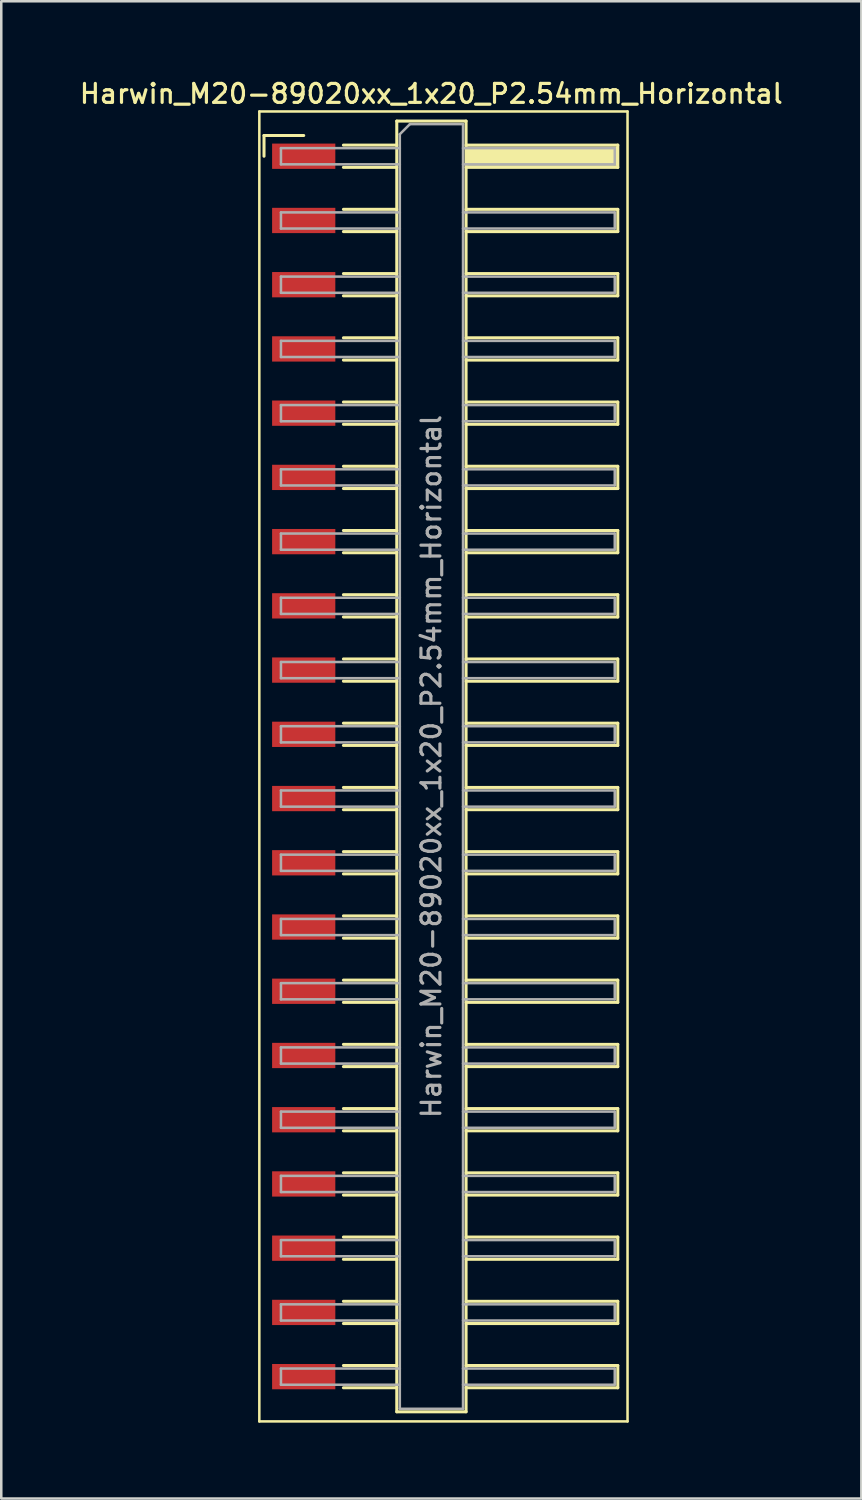
<source format=kicad_pcb>
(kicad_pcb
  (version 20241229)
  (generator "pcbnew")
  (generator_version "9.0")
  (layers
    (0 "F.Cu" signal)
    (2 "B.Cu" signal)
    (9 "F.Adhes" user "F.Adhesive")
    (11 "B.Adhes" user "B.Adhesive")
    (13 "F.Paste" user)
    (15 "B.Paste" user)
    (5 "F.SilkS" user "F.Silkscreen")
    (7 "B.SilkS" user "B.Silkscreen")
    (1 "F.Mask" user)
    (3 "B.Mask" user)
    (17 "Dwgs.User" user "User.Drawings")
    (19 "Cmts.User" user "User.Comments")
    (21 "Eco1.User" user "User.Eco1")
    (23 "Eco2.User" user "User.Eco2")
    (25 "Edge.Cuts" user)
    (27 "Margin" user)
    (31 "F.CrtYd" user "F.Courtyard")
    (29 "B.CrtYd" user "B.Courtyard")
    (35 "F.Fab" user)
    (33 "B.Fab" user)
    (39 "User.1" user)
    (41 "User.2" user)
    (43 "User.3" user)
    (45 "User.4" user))
  (footprint "Harwin_M20-89020xx_1x20_P2.54mm_Horizontal"
    (layer "F.Cu")
    (at 14.485 27.258)
    (property "Reference" "Harwin_M20-89020xx_1x20_P2.54mm_Horizontal" (at -0.48 -26.6 0) (layer "F.SilkS") (effects (font (size 0.75 0.75) (thickness 0.125))))
    (attr smd)
    (fp_line (start -7.28 -25.9) (end 7.28 -25.9) (stroke (width 0.1) (type solid)) (layer "F.SilkS"))
    (fp_line (start -7.28 25.9) (end -7.28 -25.9) (stroke (width 0.1) (type solid)) (layer "F.SilkS"))
    (fp_line (start -7.095 -24.95) (end -5.525 -24.95) (stroke (width 0.12) (type solid)) (layer "F.SilkS"))
    (fp_line (start -7.095 -24.13) (end -7.095 -24.95) (stroke (width 0.12) (type solid)) (layer "F.SilkS"))
    (fp_line (start -3.955 -24.57) (end -1.845 -24.57) (stroke (width 0.12) (type solid)) (layer "F.SilkS"))
    (fp_line (start -3.955 -23.69) (end -1.845 -23.69) (stroke (width 0.12) (type solid)) (layer "F.SilkS"))
    (fp_line (start -3.955 -22.03) (end -1.845 -22.03) (stroke (width 0.12) (type solid)) (layer "F.SilkS"))
    (fp_line (start -3.955 -21.15) (end -1.845 -21.15) (stroke (width 0.12) (type solid)) (layer "F.SilkS"))
    (fp_line (start -3.955 -19.49) (end -1.845 -19.49) (stroke (width 0.12) (type solid)) (layer "F.SilkS"))
    (fp_line (start -3.955 -18.61) (end -1.845 -18.61) (stroke (width 0.12) (type solid)) (layer "F.SilkS"))
    (fp_line (start -3.955 -16.95) (end -1.845 -16.95) (stroke (width 0.12) (type solid)) (layer "F.SilkS"))
    (fp_line (start -3.955 -16.07) (end -1.845 -16.07) (stroke (width 0.12) (type solid)) (layer "F.SilkS"))
    (fp_line (start -3.955 -14.41) (end -1.845 -14.41) (stroke (width 0.12) (type solid)) (layer "F.SilkS"))
    (fp_line (start -3.955 -13.53) (end -1.845 -13.53) (stroke (width 0.12) (type solid)) (layer "F.SilkS"))
    (fp_line (start -3.955 -11.87) (end -1.845 -11.87) (stroke (width 0.12) (type solid)) (layer "F.SilkS"))
    (fp_line (start -3.955 -10.99) (end -1.845 -10.99) (stroke (width 0.12) (type solid)) (layer "F.SilkS"))
    (fp_line (start -3.955 -9.33) (end -1.845 -9.33) (stroke (width 0.12) (type solid)) (layer "F.SilkS"))
    (fp_line (start -3.955 -8.45) (end -1.845 -8.45) (stroke (width 0.12) (type solid)) (layer "F.SilkS"))
    (fp_line (start -3.955 -6.79) (end -1.845 -6.79) (stroke (width 0.12) (type solid)) (layer "F.SilkS"))
    (fp_line (start -3.955 -5.91) (end -1.845 -5.91) (stroke (width 0.12) (type solid)) (layer "F.SilkS"))
    (fp_line (start -3.955 -4.25) (end -1.845 -4.25) (stroke (width 0.12) (type solid)) (layer "F.SilkS"))
    (fp_line (start -3.955 -3.37) (end -1.845 -3.37) (stroke (width 0.12) (type solid)) (layer "F.SilkS"))
    (fp_line (start -3.955 -1.71) (end -1.845 -1.71) (stroke (width 0.12) (type solid)) (layer "F.SilkS"))
    (fp_line (start -3.955 -0.83) (end -1.845 -0.83) (stroke (width 0.12) (type solid)) (layer "F.SilkS"))
    (fp_line (start -3.955 0.83) (end -1.845 0.83) (stroke (width 0.12) (type solid)) (layer "F.SilkS"))
    (fp_line (start -3.955 1.71) (end -1.845 1.71) (stroke (width 0.12) (type solid)) (layer "F.SilkS"))
    (fp_line (start -3.955 3.37) (end -1.845 3.37) (stroke (width 0.12) (type solid)) (layer "F.SilkS"))
    (fp_line (start -3.955 4.25) (end -1.845 4.25) (stroke (width 0.12) (type solid)) (layer "F.SilkS"))
    (fp_line (start -3.955 5.91) (end -1.845 5.91) (stroke (width 0.12) (type solid)) (layer "F.SilkS"))
    (fp_line (start -3.955 6.79) (end -1.845 6.79) (stroke (width 0.12) (type solid)) (layer "F.SilkS"))
    (fp_line (start -3.955 8.45) (end -1.845 8.45) (stroke (width 0.12) (type solid)) (layer "F.SilkS"))
    (fp_line (start -3.955 9.33) (end -1.845 9.33) (stroke (width 0.12) (type solid)) (layer "F.SilkS"))
    (fp_line (start -3.955 10.99) (end -1.845 10.99) (stroke (width 0.12) (type solid)) (layer "F.SilkS"))
    (fp_line (start -3.955 11.87) (end -1.845 11.87) (stroke (width 0.12) (type solid)) (layer "F.SilkS"))
    (fp_line (start -3.955 13.53) (end -1.845 13.53) (stroke (width 0.12) (type solid)) (layer "F.SilkS"))
    (fp_line (start -3.955 14.41) (end -1.845 14.41) (stroke (width 0.12) (type solid)) (layer "F.SilkS"))
    (fp_line (start -3.955 16.07) (end -1.845 16.07) (stroke (width 0.12) (type solid)) (layer "F.SilkS"))
    (fp_line (start -3.955 16.95) (end -1.845 16.95) (stroke (width 0.12) (type solid)) (layer "F.SilkS"))
    (fp_line (start -3.955 18.61) (end -1.845 18.61) (stroke (width 0.12) (type solid)) (layer "F.SilkS"))
    (fp_line (start -3.955 19.49) (end -1.845 19.49) (stroke (width 0.12) (type solid)) (layer "F.SilkS"))
    (fp_line (start -3.955 21.15) (end -1.845 21.15) (stroke (width 0.12) (type solid)) (layer "F.SilkS"))
    (fp_line (start -3.955 22.03) (end -1.845 22.03) (stroke (width 0.12) (type solid)) (layer "F.SilkS"))
    (fp_line (start -3.955 23.69) (end -1.845 23.69) (stroke (width 0.12) (type solid)) (layer "F.SilkS"))
    (fp_line (start -3.955 24.57) (end -1.845 24.57) (stroke (width 0.12) (type solid)) (layer "F.SilkS"))
    (fp_line (start -1.845 -25.52) (end 0.895 -25.52) (stroke (width 0.12) (type solid)) (layer "F.SilkS"))
    (fp_line (start -1.845 25.52) (end -1.845 -25.52) (stroke (width 0.12) (type solid)) (layer "F.SilkS"))
    (fp_line (start 0.895 -25.52) (end 0.895 25.52) (stroke (width 0.12) (type solid)) (layer "F.SilkS"))
    (fp_line (start 0.895 -24.57) (end 6.895 -24.57) (stroke (width 0.12) (type solid)) (layer "F.SilkS"))
    (fp_line (start 0.895 -22.03) (end 6.895 -22.03) (stroke (width 0.12) (type solid)) (layer "F.SilkS"))
    (fp_line (start 0.895 -19.49) (end 6.895 -19.49) (stroke (width 0.12) (type solid)) (layer "F.SilkS"))
    (fp_line (start 0.895 -16.95) (end 6.895 -16.95) (stroke (width 0.12) (type solid)) (layer "F.SilkS"))
    (fp_line (start 0.895 -14.41) (end 6.895 -14.41) (stroke (width 0.12) (type solid)) (layer "F.SilkS"))
    (fp_line (start 0.895 -11.87) (end 6.895 -11.87) (stroke (width 0.12) (type solid)) (layer "F.SilkS"))
    (fp_line (start 0.895 -9.33) (end 6.895 -9.33) (stroke (width 0.12) (type solid)) (layer "F.SilkS"))
    (fp_line (start 0.895 -6.79) (end 6.895 -6.79) (stroke (width 0.12) (type solid)) (layer "F.SilkS"))
    (fp_line (start 0.895 -4.25) (end 6.895 -4.25) (stroke (width 0.12) (type solid)) (layer "F.SilkS"))
    (fp_line (start 0.895 -1.71) (end 6.895 -1.71) (stroke (width 0.12) (type solid)) (layer "F.SilkS"))
    (fp_line (start 0.895 0.83) (end 6.895 0.83) (stroke (width 0.12) (type solid)) (layer "F.SilkS"))
    (fp_line (start 0.895 3.37) (end 6.895 3.37) (stroke (width 0.12) (type solid)) (layer "F.SilkS"))
    (fp_line (start 0.895 5.91) (end 6.895 5.91) (stroke (width 0.12) (type solid)) (layer "F.SilkS"))
    (fp_line (start 0.895 8.45) (end 6.895 8.45) (stroke (width 0.12) (type solid)) (layer "F.SilkS"))
    (fp_line (start 0.895 10.99) (end 6.895 10.99) (stroke (width 0.12) (type solid)) (layer "F.SilkS"))
    (fp_line (start 0.895 13.53) (end 6.895 13.53) (stroke (width 0.12) (type solid)) (layer "F.SilkS"))
    (fp_line (start 0.895 16.07) (end 6.895 16.07) (stroke (width 0.12) (type solid)) (layer "F.SilkS"))
    (fp_line (start 0.895 18.61) (end 6.895 18.61) (stroke (width 0.12) (type solid)) (layer "F.SilkS"))
    (fp_line (start 0.895 21.15) (end 6.895 21.15) (stroke (width 0.12) (type solid)) (layer "F.SilkS"))
    (fp_line (start 0.895 23.69) (end 6.895 23.69) (stroke (width 0.12) (type solid)) (layer "F.SilkS"))
    (fp_line (start 0.895 25.52) (end -1.845 25.52) (stroke (width 0.12) (type solid)) (layer "F.SilkS"))
    (fp_line (start 6.895 -24.57) (end 6.895 -23.69) (stroke (width 0.12) (type solid)) (layer "F.SilkS"))
    (fp_line (start 6.895 -23.69) (end 0.895 -23.69) (stroke (width 0.12) (type solid)) (layer "F.SilkS"))
    (fp_line (start 6.895 -22.03) (end 6.895 -21.15) (stroke (width 0.12) (type solid)) (layer "F.SilkS"))
    (fp_line (start 6.895 -21.15) (end 0.895 -21.15) (stroke (width 0.12) (type solid)) (layer "F.SilkS"))
    (fp_line (start 6.895 -19.49) (end 6.895 -18.61) (stroke (width 0.12) (type solid)) (layer "F.SilkS"))
    (fp_line (start 6.895 -18.61) (end 0.895 -18.61) (stroke (width 0.12) (type solid)) (layer "F.SilkS"))
    (fp_line (start 6.895 -16.95) (end 6.895 -16.07) (stroke (width 0.12) (type solid)) (layer "F.SilkS"))
    (fp_line (start 6.895 -16.07) (end 0.895 -16.07) (stroke (width 0.12) (type solid)) (layer "F.SilkS"))
    (fp_line (start 6.895 -14.41) (end 6.895 -13.53) (stroke (width 0.12) (type solid)) (layer "F.SilkS"))
    (fp_line (start 6.895 -13.53) (end 0.895 -13.53) (stroke (width 0.12) (type solid)) (layer "F.SilkS"))
    (fp_line (start 6.895 -11.87) (end 6.895 -10.99) (stroke (width 0.12) (type solid)) (layer "F.SilkS"))
    (fp_line (start 6.895 -10.99) (end 0.895 -10.99) (stroke (width 0.12) (type solid)) (layer "F.SilkS"))
    (fp_line (start 6.895 -9.33) (end 6.895 -8.45) (stroke (width 0.12) (type solid)) (layer "F.SilkS"))
    (fp_line (start 6.895 -8.45) (end 0.895 -8.45) (stroke (width 0.12) (type solid)) (layer "F.SilkS"))
    (fp_line (start 6.895 -6.79) (end 6.895 -5.91) (stroke (width 0.12) (type solid)) (layer "F.SilkS"))
    (fp_line (start 6.895 -5.91) (end 0.895 -5.91) (stroke (width 0.12) (type solid)) (layer "F.SilkS"))
    (fp_line (start 6.895 -4.25) (end 6.895 -3.37) (stroke (width 0.12) (type solid)) (layer "F.SilkS"))
    (fp_line (start 6.895 -3.37) (end 0.895 -3.37) (stroke (width 0.12) (type solid)) (layer "F.SilkS"))
    (fp_line (start 6.895 -1.71) (end 6.895 -0.83) (stroke (width 0.12) (type solid)) (layer "F.SilkS"))
    (fp_line (start 6.895 -0.83) (end 0.895 -0.83) (stroke (width 0.12) (type solid)) (layer "F.SilkS"))
    (fp_line (start 6.895 0.83) (end 6.895 1.71) (stroke (width 0.12) (type solid)) (layer "F.SilkS"))
    (fp_line (start 6.895 1.71) (end 0.895 1.71) (stroke (width 0.12) (type solid)) (layer "F.SilkS"))
    (fp_line (start 6.895 3.37) (end 6.895 4.25) (stroke (width 0.12) (type solid)) (layer "F.SilkS"))
    (fp_line (start 6.895 4.25) (end 0.895 4.25) (stroke (width 0.12) (type solid)) (layer "F.SilkS"))
    (fp_line (start 6.895 5.91) (end 6.895 6.79) (stroke (width 0.12) (type solid)) (layer "F.SilkS"))
    (fp_line (start 6.895 6.79) (end 0.895 6.79) (stroke (width 0.12) (type solid)) (layer "F.SilkS"))
    (fp_line (start 6.895 8.45) (end 6.895 9.33) (stroke (width 0.12) (type solid)) (layer "F.SilkS"))
    (fp_line (start 6.895 9.33) (end 0.895 9.33) (stroke (width 0.12) (type solid)) (layer "F.SilkS"))
    (fp_line (start 6.895 10.99) (end 6.895 11.87) (stroke (width 0.12) (type solid)) (layer "F.SilkS"))
    (fp_line (start 6.895 11.87) (end 0.895 11.87) (stroke (width 0.12) (type solid)) (layer "F.SilkS"))
    (fp_line (start 6.895 13.53) (end 6.895 14.41) (stroke (width 0.12) (type solid)) (layer "F.SilkS"))
    (fp_line (start 6.895 14.41) (end 0.895 14.41) (stroke (width 0.12) (type solid)) (layer "F.SilkS"))
    (fp_line (start 6.895 16.07) (end 6.895 16.95) (stroke (width 0.12) (type solid)) (layer "F.SilkS"))
    (fp_line (start 6.895 16.95) (end 0.895 16.95) (stroke (width 0.12) (type solid)) (layer "F.SilkS"))
    (fp_line (start 6.895 18.61) (end 6.895 19.49) (stroke (width 0.12) (type solid)) (layer "F.SilkS"))
    (fp_line (start 6.895 19.49) (end 0.895 19.49) (stroke (width 0.12) (type solid)) (layer "F.SilkS"))
    (fp_line (start 6.895 21.15) (end 6.895 22.03) (stroke (width 0.12) (type solid)) (layer "F.SilkS"))
    (fp_line (start 6.895 22.03) (end 0.895 22.03) (stroke (width 0.12) (type solid)) (layer "F.SilkS"))
    (fp_line (start 6.895 23.69) (end 6.895 24.57) (stroke (width 0.12) (type solid)) (layer "F.SilkS"))
    (fp_line (start 6.895 24.57) (end 0.895 24.57) (stroke (width 0.12) (type solid)) (layer "F.SilkS"))
    (fp_line (start 7.28 -25.9) (end 7.28 25.9) (stroke (width 0.1) (type solid)) (layer "F.SilkS"))
    (fp_line (start 7.28 25.9) (end -7.28 25.9) (stroke (width 0.1) (type solid)) (layer "F.SilkS"))
    (fp_line (start -6.425 -24.45) (end -6.425 -23.81) (stroke (width 0.1) (type solid)) (layer "F.Fab"))
    (fp_line (start -6.425 -23.81) (end -1.725 -23.81) (stroke (width 0.1) (type solid)) (layer "F.Fab"))
    (fp_line (start -6.425 -21.91) (end -6.425 -21.27) (stroke (width 0.1) (type solid)) (layer "F.Fab"))
    (fp_line (start -6.425 -21.27) (end -1.725 -21.27) (stroke (width 0.1) (type solid)) (layer "F.Fab"))
    (fp_line (start -6.425 -19.37) (end -6.425 -18.73) (stroke (width 0.1) (type solid)) (layer "F.Fab"))
    (fp_line (start -6.425 -18.73) (end -1.725 -18.73) (stroke (width 0.1) (type solid)) (layer "F.Fab"))
    (fp_line (start -6.425 -16.83) (end -6.425 -16.19) (stroke (width 0.1) (type solid)) (layer "F.Fab"))
    (fp_line (start -6.425 -16.19) (end -1.725 -16.19) (stroke (width 0.1) (type solid)) (layer "F.Fab"))
    (fp_line (start -6.425 -14.29) (end -6.425 -13.65) (stroke (width 0.1) (type solid)) (layer "F.Fab"))
    (fp_line (start -6.425 -13.65) (end -1.725 -13.65) (stroke (width 0.1) (type solid)) (layer "F.Fab"))
    (fp_line (start -6.425 -11.75) (end -6.425 -11.11) (stroke (width 0.1) (type solid)) (layer "F.Fab"))
    (fp_line (start -6.425 -11.11) (end -1.725 -11.11) (stroke (width 0.1) (type solid)) (layer "F.Fab"))
    (fp_line (start -6.425 -9.21) (end -6.425 -8.57) (stroke (width 0.1) (type solid)) (layer "F.Fab"))
    (fp_line (start -6.425 -8.57) (end -1.725 -8.57) (stroke (width 0.1) (type solid)) (layer "F.Fab"))
    (fp_line (start -6.425 -6.67) (end -6.425 -6.03) (stroke (width 0.1) (type solid)) (layer "F.Fab"))
    (fp_line (start -6.425 -6.03) (end -1.725 -6.03) (stroke (width 0.1) (type solid)) (layer "F.Fab"))
    (fp_line (start -6.425 -4.13) (end -6.425 -3.49) (stroke (width 0.1) (type solid)) (layer "F.Fab"))
    (fp_line (start -6.425 -3.49) (end -1.725 -3.49) (stroke (width 0.1) (type solid)) (layer "F.Fab"))
    (fp_line (start -6.425 -1.59) (end -6.425 -0.95) (stroke (width 0.1) (type solid)) (layer "F.Fab"))
    (fp_line (start -6.425 -0.95) (end -1.725 -0.95) (stroke (width 0.1) (type solid)) (layer "F.Fab"))
    (fp_line (start -6.425 0.95) (end -6.425 1.59) (stroke (width 0.1) (type solid)) (layer "F.Fab"))
    (fp_line (start -6.425 1.59) (end -1.725 1.59) (stroke (width 0.1) (type solid)) (layer "F.Fab"))
    (fp_line (start -6.425 3.49) (end -6.425 4.13) (stroke (width 0.1) (type solid)) (layer "F.Fab"))
    (fp_line (start -6.425 4.13) (end -1.725 4.13) (stroke (width 0.1) (type solid)) (layer "F.Fab"))
    (fp_line (start -6.425 6.03) (end -6.425 6.67) (stroke (width 0.1) (type solid)) (layer "F.Fab"))
    (fp_line (start -6.425 6.67) (end -1.725 6.67) (stroke (width 0.1) (type solid)) (layer "F.Fab"))
    (fp_line (start -6.425 8.57) (end -6.425 9.21) (stroke (width 0.1) (type solid)) (layer "F.Fab"))
    (fp_line (start -6.425 9.21) (end -1.725 9.21) (stroke (width 0.1) (type solid)) (layer "F.Fab"))
    (fp_line (start -6.425 11.11) (end -6.425 11.75) (stroke (width 0.1) (type solid)) (layer "F.Fab"))
    (fp_line (start -6.425 11.75) (end -1.725 11.75) (stroke (width 0.1) (type solid)) (layer "F.Fab"))
    (fp_line (start -6.425 13.65) (end -6.425 14.29) (stroke (width 0.1) (type solid)) (layer "F.Fab"))
    (fp_line (start -6.425 14.29) (end -1.725 14.29) (stroke (width 0.1) (type solid)) (layer "F.Fab"))
    (fp_line (start -6.425 16.19) (end -6.425 16.83) (stroke (width 0.1) (type solid)) (layer "F.Fab"))
    (fp_line (start -6.425 16.83) (end -1.725 16.83) (stroke (width 0.1) (type solid)) (layer "F.Fab"))
    (fp_line (start -6.425 18.73) (end -6.425 19.37) (stroke (width 0.1) (type solid)) (layer "F.Fab"))
    (fp_line (start -6.425 19.37) (end -1.725 19.37) (stroke (width 0.1) (type solid)) (layer "F.Fab"))
    (fp_line (start -6.425 21.27) (end -6.425 21.91) (stroke (width 0.1) (type solid)) (layer "F.Fab"))
    (fp_line (start -6.425 21.91) (end -1.725 21.91) (stroke (width 0.1) (type solid)) (layer "F.Fab"))
    (fp_line (start -6.425 23.81) (end -6.425 24.45) (stroke (width 0.1) (type solid)) (layer "F.Fab"))
    (fp_line (start -6.425 24.45) (end -1.725 24.45) (stroke (width 0.1) (type solid)) (layer "F.Fab"))
    (fp_line (start -1.725 -25) (end -1.325 -25.4) (stroke (width 0.1) (type solid)) (layer "F.Fab"))
    (fp_line (start -1.725 -24.45) (end -6.425 -24.45) (stroke (width 0.1) (type solid)) (layer "F.Fab"))
    (fp_line (start -1.725 -21.91) (end -6.425 -21.91) (stroke (width 0.1) (type solid)) (layer "F.Fab"))
    (fp_line (start -1.725 -19.37) (end -6.425 -19.37) (stroke (width 0.1) (type solid)) (layer "F.Fab"))
    (fp_line (start -1.725 -16.83) (end -6.425 -16.83) (stroke (width 0.1) (type solid)) (layer "F.Fab"))
    (fp_line (start -1.725 -14.29) (end -6.425 -14.29) (stroke (width 0.1) (type solid)) (layer "F.Fab"))
    (fp_line (start -1.725 -11.75) (end -6.425 -11.75) (stroke (width 0.1) (type solid)) (layer "F.Fab"))
    (fp_line (start -1.725 -9.21) (end -6.425 -9.21) (stroke (width 0.1) (type solid)) (layer "F.Fab"))
    (fp_line (start -1.725 -6.67) (end -6.425 -6.67) (stroke (width 0.1) (type solid)) (layer "F.Fab"))
    (fp_line (start -1.725 -4.13) (end -6.425 -4.13) (stroke (width 0.1) (type solid)) (layer "F.Fab"))
    (fp_line (start -1.725 -1.59) (end -6.425 -1.59) (stroke (width 0.1) (type solid)) (layer "F.Fab"))
    (fp_line (start -1.725 0.95) (end -6.425 0.95) (stroke (width 0.1) (type solid)) (layer "F.Fab"))
    (fp_line (start -1.725 3.49) (end -6.425 3.49) (stroke (width 0.1) (type solid)) (layer "F.Fab"))
    (fp_line (start -1.725 6.03) (end -6.425 6.03) (stroke (width 0.1) (type solid)) (layer "F.Fab"))
    (fp_line (start -1.725 8.57) (end -6.425 8.57) (stroke (width 0.1) (type solid)) (layer "F.Fab"))
    (fp_line (start -1.725 11.11) (end -6.425 11.11) (stroke (width 0.1) (type solid)) (layer "F.Fab"))
    (fp_line (start -1.725 13.65) (end -6.425 13.65) (stroke (width 0.1) (type solid)) (layer "F.Fab"))
    (fp_line (start -1.725 16.19) (end -6.425 16.19) (stroke (width 0.1) (type solid)) (layer "F.Fab"))
    (fp_line (start -1.725 18.73) (end -6.425 18.73) (stroke (width 0.1) (type solid)) (layer "F.Fab"))
    (fp_line (start -1.725 21.27) (end -6.425 21.27) (stroke (width 0.1) (type solid)) (layer "F.Fab"))
    (fp_line (start -1.725 23.81) (end -6.425 23.81) (stroke (width 0.1) (type solid)) (layer "F.Fab"))
    (fp_line (start -1.725 25.4) (end -1.725 -25) (stroke (width 0.1) (type solid)) (layer "F.Fab"))
    (fp_line (start -1.325 -25.4) (end 0.775 -25.4) (stroke (width 0.1) (type solid)) (layer "F.Fab"))
    (fp_line (start 0.775 -25.4) (end 0.775 25.4) (stroke (width 0.1) (type solid)) (layer "F.Fab"))
    (fp_line (start 0.775 -24.45) (end 6.775 -24.45) (stroke (width 0.1) (type solid)) (layer "F.Fab"))
    (fp_line (start 0.775 -21.91) (end 6.775 -21.91) (stroke (width 0.1) (type solid)) (layer "F.Fab"))
    (fp_line (start 0.775 -19.37) (end 6.775 -19.37) (stroke (width 0.1) (type solid)) (layer "F.Fab"))
    (fp_line (start 0.775 -16.83) (end 6.775 -16.83) (stroke (width 0.1) (type solid)) (layer "F.Fab"))
    (fp_line (start 0.775 -14.29) (end 6.775 -14.29) (stroke (width 0.1) (type solid)) (layer "F.Fab"))
    (fp_line (start 0.775 -11.75) (end 6.775 -11.75) (stroke (width 0.1) (type solid)) (layer "F.Fab"))
    (fp_line (start 0.775 -9.21) (end 6.775 -9.21) (stroke (width 0.1) (type solid)) (layer "F.Fab"))
    (fp_line (start 0.775 -6.67) (end 6.775 -6.67) (stroke (width 0.1) (type solid)) (layer "F.Fab"))
    (fp_line (start 0.775 -4.13) (end 6.775 -4.13) (stroke (width 0.1) (type solid)) (layer "F.Fab"))
    (fp_line (start 0.775 -1.59) (end 6.775 -1.59) (stroke (width 0.1) (type solid)) (layer "F.Fab"))
    (fp_line (start 0.775 0.95) (end 6.775 0.95) (stroke (width 0.1) (type solid)) (layer "F.Fab"))
    (fp_line (start 0.775 3.49) (end 6.775 3.49) (stroke (width 0.1) (type solid)) (layer "F.Fab"))
    (fp_line (start 0.775 6.03) (end 6.775 6.03) (stroke (width 0.1) (type solid)) (layer "F.Fab"))
    (fp_line (start 0.775 8.57) (end 6.775 8.57) (stroke (width 0.1) (type solid)) (layer "F.Fab"))
    (fp_line (start 0.775 11.11) (end 6.775 11.11) (stroke (width 0.1) (type solid)) (layer "F.Fab"))
    (fp_line (start 0.775 13.65) (end 6.775 13.65) (stroke (width 0.1) (type solid)) (layer "F.Fab"))
    (fp_line (start 0.775 16.19) (end 6.775 16.19) (stroke (width 0.1) (type solid)) (layer "F.Fab"))
    (fp_line (start 0.775 18.73) (end 6.775 18.73) (stroke (width 0.1) (type solid)) (layer "F.Fab"))
    (fp_line (start 0.775 21.27) (end 6.775 21.27) (stroke (width 0.1) (type solid)) (layer "F.Fab"))
    (fp_line (start 0.775 23.81) (end 6.775 23.81) (stroke (width 0.1) (type solid)) (layer "F.Fab"))
    (fp_line (start 0.775 25.4) (end -1.725 25.4) (stroke (width 0.1) (type solid)) (layer "F.Fab"))
    (fp_line (start 6.775 -24.45) (end 6.775 -23.81) (stroke (width 0.1) (type solid)) (layer "F.Fab"))
    (fp_line (start 6.775 -23.81) (end 0.775 -23.81) (stroke (width 0.1) (type solid)) (layer "F.Fab"))
    (fp_line (start 6.775 -21.91) (end 6.775 -21.27) (stroke (width 0.1) (type solid)) (layer "F.Fab"))
    (fp_line (start 6.775 -21.27) (end 0.775 -21.27) (stroke (width 0.1) (type solid)) (layer "F.Fab"))
    (fp_line (start 6.775 -19.37) (end 6.775 -18.73) (stroke (width 0.1) (type solid)) (layer "F.Fab"))
    (fp_line (start 6.775 -18.73) (end 0.775 -18.73) (stroke (width 0.1) (type solid)) (layer "F.Fab"))
    (fp_line (start 6.775 -16.83) (end 6.775 -16.19) (stroke (width 0.1) (type solid)) (layer "F.Fab"))
    (fp_line (start 6.775 -16.19) (end 0.775 -16.19) (stroke (width 0.1) (type solid)) (layer "F.Fab"))
    (fp_line (start 6.775 -14.29) (end 6.775 -13.65) (stroke (width 0.1) (type solid)) (layer "F.Fab"))
    (fp_line (start 6.775 -13.65) (end 0.775 -13.65) (stroke (width 0.1) (type solid)) (layer "F.Fab"))
    (fp_line (start 6.775 -11.75) (end 6.775 -11.11) (stroke (width 0.1) (type solid)) (layer "F.Fab"))
    (fp_line (start 6.775 -11.11) (end 0.775 -11.11) (stroke (width 0.1) (type solid)) (layer "F.Fab"))
    (fp_line (start 6.775 -9.21) (end 6.775 -8.57) (stroke (width 0.1) (type solid)) (layer "F.Fab"))
    (fp_line (start 6.775 -8.57) (end 0.775 -8.57) (stroke (width 0.1) (type solid)) (layer "F.Fab"))
    (fp_line (start 6.775 -6.67) (end 6.775 -6.03) (stroke (width 0.1) (type solid)) (layer "F.Fab"))
    (fp_line (start 6.775 -6.03) (end 0.775 -6.03) (stroke (width 0.1) (type solid)) (layer "F.Fab"))
    (fp_line (start 6.775 -4.13) (end 6.775 -3.49) (stroke (width 0.1) (type solid)) (layer "F.Fab"))
    (fp_line (start 6.775 -3.49) (end 0.775 -3.49) (stroke (width 0.1) (type solid)) (layer "F.Fab"))
    (fp_line (start 6.775 -1.59) (end 6.775 -0.95) (stroke (width 0.1) (type solid)) (layer "F.Fab"))
    (fp_line (start 6.775 -0.95) (end 0.775 -0.95) (stroke (width 0.1) (type solid)) (layer "F.Fab"))
    (fp_line (start 6.775 0.95) (end 6.775 1.59) (stroke (width 0.1) (type solid)) (layer "F.Fab"))
    (fp_line (start 6.775 1.59) (end 0.775 1.59) (stroke (width 0.1) (type solid)) (layer "F.Fab"))
    (fp_line (start 6.775 3.49) (end 6.775 4.13) (stroke (width 0.1) (type solid)) (layer "F.Fab"))
    (fp_line (start 6.775 4.13) (end 0.775 4.13) (stroke (width 0.1) (type solid)) (layer "F.Fab"))
    (fp_line (start 6.775 6.03) (end 6.775 6.67) (stroke (width 0.1) (type solid)) (layer "F.Fab"))
    (fp_line (start 6.775 6.67) (end 0.775 6.67) (stroke (width 0.1) (type solid)) (layer "F.Fab"))
    (fp_line (start 6.775 8.57) (end 6.775 9.21) (stroke (width 0.1) (type solid)) (layer "F.Fab"))
    (fp_line (start 6.775 9.21) (end 0.775 9.21) (stroke (width 0.1) (type solid)) (layer "F.Fab"))
    (fp_line (start 6.775 11.11) (end 6.775 11.75) (stroke (width 0.1) (type solid)) (layer "F.Fab"))
    (fp_line (start 6.775 11.75) (end 0.775 11.75) (stroke (width 0.1) (type solid)) (layer "F.Fab"))
    (fp_line (start 6.775 13.65) (end 6.775 14.29) (stroke (width 0.1) (type solid)) (layer "F.Fab"))
    (fp_line (start 6.775 14.29) (end 0.775 14.29) (stroke (width 0.1) (type solid)) (layer "F.Fab"))
    (fp_line (start 6.775 16.19) (end 6.775 16.83) (stroke (width 0.1) (type solid)) (layer "F.Fab"))
    (fp_line (start 6.775 16.83) (end 0.775 16.83) (stroke (width 0.1) (type solid)) (layer "F.Fab"))
    (fp_line (start 6.775 18.73) (end 6.775 19.37) (stroke (width 0.1) (type solid)) (layer "F.Fab"))
    (fp_line (start 6.775 19.37) (end 0.775 19.37) (stroke (width 0.1) (type solid)) (layer "F.Fab"))
    (fp_line (start 6.775 21.27) (end 6.775 21.91) (stroke (width 0.1) (type solid)) (layer "F.Fab"))
    (fp_line (start 6.775 21.91) (end 0.775 21.91) (stroke (width 0.1) (type solid)) (layer "F.Fab"))
    (fp_line (start 6.775 23.81) (end 6.775 24.45) (stroke (width 0.1) (type solid)) (layer "F.Fab"))
    (fp_line (start 6.775 24.45) (end 0.775 24.45) (stroke (width 0.1) (type solid)) (layer "F.Fab"))
    (fp_text user "${REFERENCE}" (at -0.48 0 90) (layer "F.Fab") (effects (font (size 0.75 0.75) (thickness 0.125))))
    (pad "" smd rect (at 3.895 -24.13) (size 6 0.76) (layers "F.SilkS"))
    (pad "1" smd rect (at -5.525 -24.13) (size 2.5 1) (layers "F.Cu" "F.Mask" "F.Paste"))
    (pad "2" smd rect (at -5.525 -21.59) (size 2.5 1) (layers "F.Cu" "F.Mask" "F.Paste"))
    (pad "3" smd rect (at -5.525 -19.05) (size 2.5 1) (layers "F.Cu" "F.Mask" "F.Paste"))
    (pad "4" smd rect (at -5.525 -16.51) (size 2.5 1) (layers "F.Cu" "F.Mask" "F.Paste"))
    (pad "5" smd rect (at -5.525 -13.97) (size 2.5 1) (layers "F.Cu" "F.Mask" "F.Paste"))
    (pad "6" smd rect (at -5.525 -11.43) (size 2.5 1) (layers "F.Cu" "F.Mask" "F.Paste"))
    (pad "7" smd rect (at -5.525 -8.89) (size 2.5 1) (layers "F.Cu" "F.Mask" "F.Paste"))
    (pad "8" smd rect (at -5.525 -6.35) (size 2.5 1) (layers "F.Cu" "F.Mask" "F.Paste"))
    (pad "9" smd rect (at -5.525 -3.81) (size 2.5 1) (layers "F.Cu" "F.Mask" "F.Paste"))
    (pad "10" smd rect (at -5.525 -1.27) (size 2.5 1) (layers "F.Cu" "F.Mask" "F.Paste"))
    (pad "11" smd rect (at -5.525 1.27) (size 2.5 1) (layers "F.Cu" "F.Mask" "F.Paste"))
    (pad "12" smd rect (at -5.525 3.81) (size 2.5 1) (layers "F.Cu" "F.Mask" "F.Paste"))
    (pad "13" smd rect (at -5.525 6.35) (size 2.5 1) (layers "F.Cu" "F.Mask" "F.Paste"))
    (pad "14" smd rect (at -5.525 8.89) (size 2.5 1) (layers "F.Cu" "F.Mask" "F.Paste"))
    (pad "15" smd rect (at -5.525 11.43) (size 2.5 1) (layers "F.Cu" "F.Mask" "F.Paste"))
    (pad "16" smd rect (at -5.525 13.97) (size 2.5 1) (layers "F.Cu" "F.Mask" "F.Paste"))
    (pad "17" smd rect (at -5.525 16.51) (size 2.5 1) (layers "F.Cu" "F.Mask" "F.Paste"))
    (pad "18" smd rect (at -5.525 19.05) (size 2.5 1) (layers "F.Cu" "F.Mask" "F.Paste"))
    (pad "19" smd rect (at -5.525 21.59) (size 2.5 1) (layers "F.Cu" "F.Mask" "F.Paste"))
    (pad "20" smd rect (at -5.525 24.13) (size 2.5 1) (layers "F.Cu" "F.Mask" "F.Paste")))
  (gr_rect
    (start -3 -3)
    (end 31.011 56.208)
    (stroke (width 0.1) (type default))
    (fill no)
    (layer "Edge.Cuts")))
</source>
